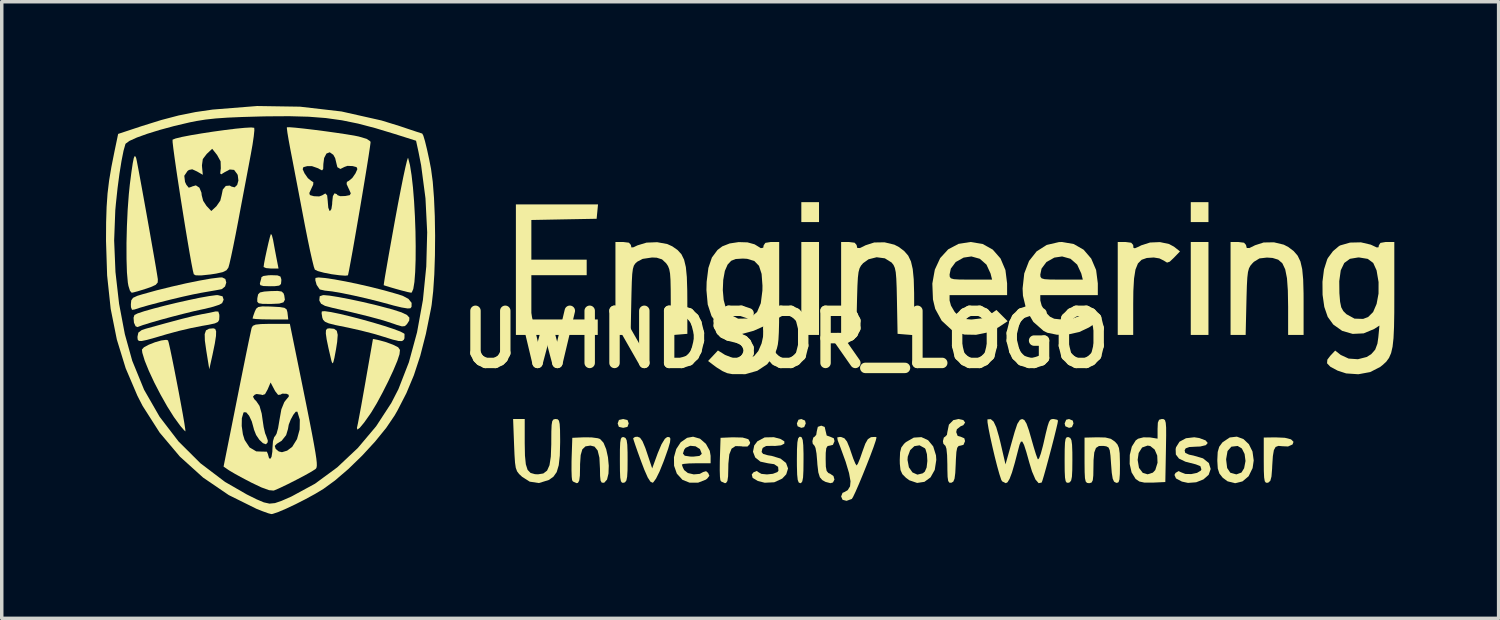
<source format=kicad_pcb>
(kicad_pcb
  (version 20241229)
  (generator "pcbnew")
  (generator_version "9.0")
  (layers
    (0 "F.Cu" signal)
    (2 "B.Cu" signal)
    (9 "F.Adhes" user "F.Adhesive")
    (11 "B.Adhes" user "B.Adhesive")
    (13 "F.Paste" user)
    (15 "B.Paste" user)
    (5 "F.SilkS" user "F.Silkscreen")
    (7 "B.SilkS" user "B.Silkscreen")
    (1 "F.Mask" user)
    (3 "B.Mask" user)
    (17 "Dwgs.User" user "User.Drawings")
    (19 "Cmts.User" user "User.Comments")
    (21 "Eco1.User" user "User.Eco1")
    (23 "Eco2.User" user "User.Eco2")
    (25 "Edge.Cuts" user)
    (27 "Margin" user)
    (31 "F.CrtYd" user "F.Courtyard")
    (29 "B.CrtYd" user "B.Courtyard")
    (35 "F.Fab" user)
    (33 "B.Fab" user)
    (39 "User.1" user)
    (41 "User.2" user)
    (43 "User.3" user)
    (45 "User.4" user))
  (footprint "UWINDSOR_LOGO"
    (layer "F.Cu")
    (at 19.558 6.713)
    (property "Reference" "UWINDSOR_LOGO" (at 0 0 0) (layer "F.SilkS") (effects (font (size 1.5 1.5) (thickness 0.3))))
    (attr board_only exclude_from_pos_files exclude_from_bom)
    (fp_poly (pts (xy -4.554 2.322) (xy -4.52 2.419) (xy -4.557 2.519) (xy -4.679 2.546) (xy -4.804 2.517) (xy -4.838 2.419) (xy -4.801 2.319) (xy -4.679 2.292)) (stroke (width 0) (type solid)) (fill yes) (layer "F.SilkS"))
    (fp_poly (pts (xy 0.552 2.337) (xy 0.573 2.419) (xy 0.528 2.525) (xy 0.446 2.546) (xy 0.339 2.501) (xy 0.318 2.419) (xy 0.363 2.313) (xy 0.446 2.292)) (stroke (width 0) (type solid)) (fill yes) (layer "F.SilkS"))
    (fp_poly (pts (xy 0.955 -3.66) (xy 0.955 -3.374) (xy 0.7 -3.374) (xy 0.446 -3.374) (xy 0.446 -3.66) (xy 0.446 -3.947) (xy 0.7 -3.947) (xy 0.955 -3.947)) (stroke (width 0) (type solid)) (fill yes) (layer "F.SilkS"))
    (fp_poly (pts (xy 0.955 -1.464) (xy 0.955 -0.127) (xy 0.7 -0.127) (xy 0.446 -0.127) (xy 0.446 -1.464) (xy 0.446 -2.801) (xy 0.7 -2.801) (xy 0.955 -2.801)) (stroke (width 0) (type solid)) (fill yes) (layer "F.SilkS"))
    (fp_poly (pts (xy 8.255 2.337) (xy 8.276 2.419) (xy 8.231 2.525) (xy 8.148 2.546) (xy 8.042 2.501) (xy 8.021 2.419) (xy 8.066 2.313) (xy 8.148 2.292)) (stroke (width 0) (type solid)) (fill yes) (layer "F.SilkS"))
    (fp_poly (pts (xy 12.159 -3.66) (xy 12.159 -3.374) (xy 11.904 -3.374) (xy 11.65 -3.374) (xy 11.65 -3.66) (xy 11.65 -3.947) (xy 11.904 -3.947) (xy 12.159 -3.947)) (stroke (width 0) (type solid)) (fill yes) (layer "F.SilkS"))
    (fp_poly (pts (xy 12.159 -1.464) (xy 12.159 -0.127) (xy 11.904 -0.127) (xy 11.65 -0.127) (xy 11.65 -1.464) (xy 11.65 -2.801) (xy 11.904 -2.801) (xy 12.159 -2.801)) (stroke (width 0) (type solid)) (fill yes) (layer "F.SilkS"))
    (fp_poly (pts (xy -16.416 -0.299) (xy -16.39 -0.231) (xy -16.394 -0.097) (xy -16.428 0.122) (xy -16.494 0.442) (xy -16.516 0.541) (xy -16.587 0.859) (xy -16.673 0.327) (xy -16.714 0.037) (xy -16.719 -0.151) (xy -16.682 -0.258) (xy -16.594 -0.306) (xy -16.471 -0.317)) (stroke (width 0) (type solid)) (fill yes) (layer "F.SilkS"))
    (fp_poly (pts (xy -14.624 -1.84) (xy -14.54 -1.807) (xy -14.515 -1.73) (xy -14.514 -1.687) (xy -14.524 -1.593) (xy -14.576 -1.546) (xy -14.701 -1.53) (xy -14.839 -1.528) (xy -15.03 -1.534) (xy -15.119 -1.559) (xy -15.132 -1.611) (xy -15.126 -1.629) (xy -15.092 -1.75) (xy -15.087 -1.788) (xy -15.03 -1.823) (xy -14.886 -1.843) (xy -14.801 -1.846)) (stroke (width 0) (type solid)) (fill yes) (layer "F.SilkS"))
    (fp_poly (pts (xy -12.996 -0.303) (xy -12.919 -0.247) (xy -12.892 -0.129) (xy -12.908 0.075) (xy -12.942 0.292) (xy -12.987 0.533) (xy -13.019 0.661) (xy -13.044 0.691) (xy -13.068 0.635) (xy -13.076 0.605) (xy -13.159 0.248) (xy -13.211 -0.003) (xy -13.234 -0.167) (xy -13.23 -0.262) (xy -13.198 -0.306) (xy -13.139 -0.317) (xy -13.13 -0.317)) (stroke (width 0) (type solid)) (fill yes) (layer "F.SilkS"))
    (fp_poly (pts (xy -14.867 -0.945) (xy -14.785 -0.942) (xy -14.557 -0.929) (xy -14.426 -0.907) (xy -14.364 -0.864) (xy -14.34 -0.786) (xy -14.335 -0.748) (xy -14.315 -0.573) (xy -14.828 -0.573) (xy -15.066 -0.576) (xy -15.245 -0.585) (xy -15.336 -0.597) (xy -15.342 -0.601) (xy -15.322 -0.674) (xy -15.279 -0.795) (xy -15.238 -0.882) (xy -15.177 -0.93) (xy -15.064 -0.948)) (stroke (width 0) (type solid)) (fill yes) (layer "F.SilkS"))
    (fp_poly (pts (xy -14.786 -2.995) (xy -14.753 -2.869) (xy -14.744 -2.819) (xy -14.702 -2.591) (xy -14.655 -2.343) (xy -14.648 -2.308) (xy -14.595 -2.037) (xy -14.809 -2.037) (xy -14.953 -2.05) (xy -15.022 -2.08) (xy -15.024 -2.085) (xy -15.011 -2.181) (xy -14.978 -2.354) (xy -14.933 -2.563) (xy -14.886 -2.771) (xy -14.844 -2.939) (xy -14.816 -3.027) (xy -14.813 -3.032)) (stroke (width 0) (type solid)) (fill yes) (layer "F.SilkS"))
    (fp_poly (pts (xy -14.505 -1.376) (xy -14.451 -1.325) (xy -14.43 -1.265) (xy -14.412 -1.139) (xy -14.453 -1.065) (xy -14.575 -1.029) (xy -14.8 -1.019) (xy -14.841 -1.019) (xy -15.052 -1.021) (xy -15.164 -1.038) (xy -15.206 -1.082) (xy -15.206 -1.168) (xy -15.203 -1.194) (xy -15.182 -1.294) (xy -15.128 -1.349) (xy -15.007 -1.375) (xy -14.825 -1.388) (xy -14.619 -1.393)) (stroke (width 0) (type solid)) (fill yes) (layer "F.SilkS"))
    (fp_poly (pts (xy 0.457 2.821) (xy 0.486 2.897) (xy 0.502 3.047) (xy 0.509 3.293) (xy 0.509 3.469) (xy 0.506 3.775) (xy 0.496 3.973) (xy 0.474 4.086) (xy 0.439 4.133) (xy 0.414 4.138) (xy 0.37 4.117) (xy 0.342 4.042) (xy 0.326 3.892) (xy 0.319 3.646) (xy 0.318 3.469) (xy 0.321 3.164) (xy 0.332 2.966) (xy 0.353 2.853) (xy 0.389 2.806) (xy 0.414 2.801)) (stroke (width 0) (type solid)) (fill yes) (layer "F.SilkS"))
    (fp_poly (pts (xy -4.663 2.813) (xy -4.612 2.838) (xy -4.579 2.903) (xy -4.561 3.033) (xy -4.553 3.25) (xy -4.552 3.469) (xy -4.554 3.763) (xy -4.565 3.952) (xy -4.587 4.06) (xy -4.625 4.111) (xy -4.663 4.126) (xy -4.713 4.124) (xy -4.745 4.081) (xy -4.764 3.977) (xy -4.772 3.789) (xy -4.774 3.497) (xy -4.774 3.469) (xy -4.773 3.168) (xy -4.765 2.973) (xy -4.747 2.863) (xy -4.716 2.817) (xy -4.668 2.812)) (stroke (width 0) (type solid)) (fill yes) (layer "F.SilkS"))
    (fp_poly (pts (xy 8.132 2.813) (xy 8.184 2.838) (xy 8.217 2.903) (xy 8.235 3.033) (xy 8.243 3.25) (xy 8.244 3.469) (xy 8.241 3.763) (xy 8.231 3.952) (xy 8.209 4.06) (xy 8.171 4.111) (xy 8.132 4.126) (xy 8.083 4.124) (xy 8.051 4.081) (xy 8.032 3.977) (xy 8.023 3.789) (xy 8.021 3.497) (xy 8.021 3.469) (xy 8.023 3.168) (xy 8.031 2.973) (xy 8.049 2.863) (xy 8.08 2.817) (xy 8.128 2.812)) (stroke (width 0) (type solid)) (fill yes) (layer "F.SilkS"))
    (fp_poly (pts (xy -5.423 -3.676) (xy -5.443 -3.469) (xy -6.382 -3.452) (xy -7.321 -3.434) (xy -7.321 -2.863) (xy -7.321 -2.292) (xy -6.525 -2.292) (xy -5.729 -2.292) (xy -5.729 -2.069) (xy -5.729 -1.846) (xy -6.525 -1.846) (xy -7.321 -1.846) (xy -7.321 -1.21) (xy -7.321 -0.573) (xy -6.366 -0.573) (xy -5.411 -0.573) (xy -5.411 -0.35) (xy -5.411 -0.127) (xy -6.589 -0.127) (xy -7.766 -0.127) (xy -7.766 -2.005) (xy -7.766 -3.883) (xy -6.585 -3.883) (xy -5.403 -3.883)) (stroke (width 0) (type solid)) (fill yes) (layer "F.SilkS"))
    (fp_poly (pts (xy -1.244 2.825) (xy -1.078 2.873) (xy -1.027 2.966) (xy -1.039 3.016) (xy -1.103 3.083) (xy -1.24 3.084) (xy -1.28 3.076) (xy -1.448 3.071) (xy -1.561 3.145) (xy -1.626 3.31) (xy -1.653 3.581) (xy -1.655 3.704) (xy -1.661 3.942) (xy -1.681 4.076) (xy -1.722 4.132) (xy -1.753 4.138) (xy -1.858 4.09) (xy -1.883 4.053) (xy -1.895 3.954) (xy -1.901 3.763) (xy -1.899 3.513) (xy -1.896 3.401) (xy -1.878 2.833) (xy -1.528 2.818)) (stroke (width 0) (type solid)) (fill yes) (layer "F.SilkS"))
    (fp_poly (pts (xy 14.357 2.832) (xy 14.534 2.877) (xy 14.606 2.948) (xy 14.578 3.024) (xy 14.449 3.082) (xy 14.291 3.075) (xy 14.171 3.065) (xy 14.091 3.096) (xy 14.041 3.187) (xy 14.012 3.359) (xy 13.994 3.633) (xy 13.99 3.723) (xy 13.972 3.946) (xy 13.939 4.069) (xy 13.881 4.121) (xy 13.862 4.126) (xy 13.812 4.124) (xy 13.779 4.081) (xy 13.761 3.974) (xy 13.752 3.784) (xy 13.75 3.488) (xy 13.75 3.486) (xy 13.75 2.825) (xy 14.085 2.82)) (stroke (width 0) (type solid)) (fill yes) (layer "F.SilkS"))
    (fp_poly (pts (xy -11.704 0.024) (xy -11.524 0.073) (xy -11.32 0.147) (xy -11.301 0.154) (xy -11.154 0.227) (xy -11.101 0.304) (xy -11.114 0.425) (xy -11.114 0.427) (xy -11.177 0.619) (xy -11.29 0.888) (xy -11.436 1.202) (xy -11.601 1.529) (xy -11.767 1.837) (xy -11.921 2.093) (xy -11.96 2.152) (xy -12.134 2.397) (xy -12.258 2.546) (xy -12.328 2.596) (xy -12.339 2.542) (xy -12.33 2.507) (xy -12.309 2.408) (xy -12.271 2.206) (xy -12.218 1.923) (xy -12.157 1.579) (xy -12.089 1.197) (xy -12.088 1.188) (xy -11.878 -0.011)) (stroke (width 0) (type solid)) (fill yes) (layer "F.SilkS"))
    (fp_poly (pts (xy -13.127 -1.258) (xy -12.867 -1.216) (xy -12.54 -1.154) (xy -12.177 -1.076) (xy -11.807 -0.989) (xy -11.681 -0.957) (xy -11.313 -0.859) (xy -11.057 -0.776) (xy -10.9 -0.701) (xy -10.83 -0.625) (xy -10.835 -0.54) (xy -10.9 -0.437) (xy -10.902 -0.435) (xy -10.961 -0.381) (xy -11.043 -0.373) (xy -11.184 -0.413) (xy -11.292 -0.451) (xy -11.581 -0.545) (xy -11.995 -0.658) (xy -12.533 -0.79) (xy -13.05 -0.908) (xy -13.259 -0.964) (xy -13.371 -1.025) (xy -13.417 -1.108) (xy -13.421 -1.13) (xy -13.41 -1.24) (xy -13.312 -1.273) (xy -13.293 -1.273)) (stroke (width 0) (type solid)) (fill yes) (layer "F.SilkS"))
    (fp_poly (pts (xy -13.087 -0.785) (xy -12.834 -0.733) (xy -12.53 -0.66) (xy -12.201 -0.574) (xy -11.868 -0.481) (xy -11.556 -0.387) (xy -11.288 -0.299) (xy -11.089 -0.224) (xy -10.981 -0.167) (xy -10.97 -0.153) (xy -10.972 -0.03) (xy -10.992 0.014) (xy -11.041 0.049) (xy -11.14 0.048) (xy -11.311 0.007) (xy -11.554 -0.069) (xy -11.861 -0.161) (xy -12.228 -0.255) (xy -12.587 -0.336) (xy -12.681 -0.355) (xy -12.967 -0.413) (xy -13.151 -0.46) (xy -13.259 -0.507) (xy -13.314 -0.565) (xy -13.336 -0.626) (xy -13.356 -0.752) (xy -13.349 -0.804) (xy -13.267 -0.811)) (stroke (width 0) (type solid)) (fill yes) (layer "F.SilkS"))
    (fp_poly (pts (xy -17.775 0.028) (xy -17.754 0.097) (xy -17.715 0.267) (xy -17.663 0.516) (xy -17.601 0.822) (xy -17.535 1.161) (xy -17.467 1.512) (xy -17.404 1.851) (xy -17.348 2.157) (xy -17.305 2.407) (xy -17.279 2.579) (xy -17.273 2.649) (xy -17.273 2.649) (xy -17.315 2.611) (xy -17.406 2.506) (xy -17.427 2.48) (xy -17.605 2.235) (xy -17.797 1.93) (xy -17.989 1.59) (xy -18.17 1.241) (xy -18.325 0.908) (xy -18.444 0.615) (xy -18.513 0.388) (xy -18.525 0.294) (xy -18.469 0.23) (xy -18.33 0.155) (xy -18.15 0.084) (xy -17.968 0.032) (xy -17.827 0.014)) (stroke (width 0) (type solid)) (fill yes) (layer "F.SilkS"))
    (fp_poly (pts (xy -16.205 -1.238) (xy -16.174 -1.14) (xy -16.218 -1.042) (xy -16.299 -0.996) (xy -16.472 -0.939) (xy -16.705 -0.88) (xy -16.786 -0.863) (xy -17.042 -0.807) (xy -17.346 -0.732) (xy -17.671 -0.648) (xy -17.989 -0.562) (xy -18.273 -0.48) (xy -18.496 -0.411) (xy -18.63 -0.362) (xy -18.648 -0.353) (xy -18.707 -0.376) (xy -18.754 -0.479) (xy -18.766 -0.622) (xy -18.74 -0.701) (xy -18.647 -0.747) (xy -18.454 -0.811) (xy -18.185 -0.887) (xy -17.867 -0.97) (xy -17.523 -1.053) (xy -17.179 -1.13) (xy -16.86 -1.197) (xy -16.59 -1.245) (xy -16.395 -1.271) (xy -16.344 -1.273)) (stroke (width 0) (type solid)) (fill yes) (layer "F.SilkS"))
    (fp_poly (pts (xy -13.256 -1.765) (xy -12.988 -1.725) (xy -12.662 -1.665) (xy -12.299 -1.589) (xy -11.921 -1.502) (xy -11.55 -1.408) (xy -11.208 -1.311) (xy -11.029 -1.255) (xy -10.859 -1.166) (xy -10.766 -1.05) (xy -10.768 -0.935) (xy -10.8 -0.894) (xy -10.882 -0.889) (xy -11.053 -0.917) (xy -11.282 -0.972) (xy -11.363 -0.995) (xy -11.707 -1.088) (xy -12.077 -1.18) (xy -12.444 -1.263) (xy -12.779 -1.332) (xy -13.052 -1.379) (xy -13.237 -1.4) (xy -13.256 -1.401) (xy -13.409 -1.436) (xy -13.498 -1.565) (xy -13.499 -1.568) (xy -13.536 -1.7) (xy -13.532 -1.767) (xy -13.445 -1.781)) (stroke (width 0) (type solid)) (fill yes) (layer "F.SilkS"))
    (fp_poly (pts (xy -4.195 2.83) (xy -4.124 2.93) (xy -4.043 3.122) (xy -3.997 3.257) (xy -3.845 3.713) (xy -3.684 3.273) (xy -3.577 3.02) (xy -3.48 2.861) (xy -3.416 2.812) (xy -3.35 2.812) (xy -3.321 2.857) (xy -3.332 2.962) (xy -3.385 3.146) (xy -3.484 3.425) (xy -3.524 3.533) (xy -3.634 3.805) (xy -3.734 4.006) (xy -3.812 4.113) (xy -3.833 4.125) (xy -3.895 4.095) (xy -3.972 3.976) (xy -4.07 3.754) (xy -4.161 3.515) (xy -4.257 3.252) (xy -4.333 3.034) (xy -4.381 2.889) (xy -4.392 2.844) (xy -4.339 2.808) (xy -4.27 2.801)) (stroke (width 0) (type solid)) (fill yes) (layer "F.SilkS"))
    (fp_poly (pts (xy -16.327 -0.8) (xy -16.298 -0.708) (xy -16.297 -0.653) (xy -16.303 -0.561) (xy -16.338 -0.501) (xy -16.427 -0.459) (xy -16.598 -0.421) (xy -16.79 -0.388) (xy -17.101 -0.327) (xy -17.46 -0.243) (xy -17.794 -0.153) (xy -17.825 -0.144) (xy -18.156 -0.046) (xy -18.385 0.017) (xy -18.529 0.047) (xy -18.609 0.046) (xy -18.644 0.015) (xy -18.652 -0.045) (xy -18.652 -0.08) (xy -18.628 -0.194) (xy -18.532 -0.266) (xy -18.413 -0.306) (xy -17.842 -0.464) (xy -17.379 -0.588) (xy -17.028 -0.675) (xy -16.793 -0.725) (xy -16.774 -0.728) (xy -16.582 -0.764) (xy -16.429 -0.798) (xy -16.408 -0.803)) (stroke (width 0) (type solid)) (fill yes) (layer "F.SilkS"))
    (fp_poly (pts (xy -16.125 -1.737) (xy -16.098 -1.635) (xy -16.133 -1.521) (xy -16.226 -1.446) (xy -16.249 -1.44) (xy -16.383 -1.415) (xy -16.596 -1.378) (xy -16.838 -1.336) (xy -17.069 -1.29) (xy -17.366 -1.224) (xy -17.697 -1.145) (xy -18.031 -1.061) (xy -18.335 -0.981) (xy -18.578 -0.911) (xy -18.73 -0.861) (xy -18.732 -0.86) (xy -18.81 -0.849) (xy -18.84 -0.925) (xy -18.843 -1.007) (xy -18.832 -1.122) (xy -18.78 -1.195) (xy -18.657 -1.252) (xy -18.506 -1.298) (xy -18.106 -1.409) (xy -17.682 -1.514) (xy -17.263 -1.61) (xy -16.875 -1.689) (xy -16.544 -1.748) (xy -16.296 -1.779) (xy -16.217 -1.782)) (stroke (width 0) (type solid)) (fill yes) (layer "F.SilkS"))
    (fp_poly (pts (xy 9.936 -2.78) (xy 9.994 -2.714) (xy 9.994 -2.706) (xy 10.001 -2.632) (xy 10.043 -2.62) (xy 10.153 -2.667) (xy 10.226 -2.705) (xy 10.479 -2.786) (xy 10.763 -2.798) (xy 11.024 -2.743) (xy 11.168 -2.666) (xy 11.34 -2.53) (xy 11.165 -2.348) (xy 11.046 -2.235) (xy 10.968 -2.208) (xy 10.892 -2.254) (xy 10.885 -2.26) (xy 10.747 -2.329) (xy 10.584 -2.355) (xy 10.385 -2.341) (xy 10.236 -2.289) (xy 10.13 -2.183) (xy 10.059 -2.007) (xy 10.018 -1.748) (xy 9.998 -1.389) (xy 9.994 -1.022) (xy 9.994 -0.127) (xy 9.772 -0.127) (xy 9.549 -0.127) (xy 9.549 -1.464) (xy 9.549 -2.801) (xy 9.772 -2.801)) (stroke (width 0) (type solid)) (fill yes) (layer "F.SilkS"))
    (fp_poly (pts (xy -10.867 -5.22) (xy -10.813 -5.012) (xy -10.767 -4.721) (xy -10.727 -4.367) (xy -10.695 -3.968) (xy -10.671 -3.543) (xy -10.655 -3.108) (xy -10.649 -2.684) (xy -10.651 -2.288) (xy -10.663 -1.938) (xy -10.685 -1.652) (xy -10.718 -1.45) (xy -10.761 -1.35) (xy -10.781 -1.342) (xy -10.879 -1.361) (xy -11.055 -1.406) (xy -11.204 -1.447) (xy -11.396 -1.503) (xy -11.529 -1.544) (xy -11.569 -1.558) (xy -11.561 -1.62) (xy -11.534 -1.793) (xy -11.488 -2.059) (xy -11.428 -2.405) (xy -11.355 -2.814) (xy -11.273 -3.271) (xy -11.242 -3.442) (xy -11.156 -3.906) (xy -11.075 -4.323) (xy -11.004 -4.677) (xy -10.944 -4.954) (xy -10.899 -5.14) (xy -10.872 -5.22)) (stroke (width 0) (type solid)) (fill yes) (layer "F.SilkS"))
    (fp_poly (pts (xy -18.707 -5.256) (xy -18.69 -5.213) (xy -18.672 -5.131) (xy -18.636 -4.943) (xy -18.585 -4.67) (xy -18.523 -4.333) (xy -18.454 -3.951) (xy -18.381 -3.545) (xy -18.308 -3.135) (xy -18.239 -2.741) (xy -18.176 -2.383) (xy -18.124 -2.082) (xy -18.087 -1.857) (xy -18.067 -1.73) (xy -18.067 -1.726) (xy -18.071 -1.635) (xy -18.129 -1.568) (xy -18.267 -1.505) (xy -18.397 -1.46) (xy -18.6 -1.397) (xy -18.757 -1.353) (xy -18.819 -1.341) (xy -18.868 -1.395) (xy -18.913 -1.538) (xy -18.93 -1.632) (xy -18.956 -1.927) (xy -18.968 -2.316) (xy -18.969 -2.768) (xy -18.957 -3.249) (xy -18.935 -3.728) (xy -18.902 -4.173) (xy -18.873 -4.455) (xy -18.826 -4.818) (xy -18.789 -5.067) (xy -18.759 -5.215) (xy -18.733 -5.273)) (stroke (width 0) (type solid)) (fill yes) (layer "F.SilkS"))
    (fp_poly (pts (xy -5.586 2.821) (xy -5.408 2.845) (xy -5.344 2.867) (xy -5.245 2.975) (xy -5.168 3.161) (xy -5.117 3.392) (xy -5.094 3.636) (xy -5.102 3.861) (xy -5.144 4.034) (xy -5.222 4.122) (xy -5.236 4.126) (xy -5.296 4.122) (xy -5.33 4.064) (xy -5.344 3.927) (xy -5.347 3.725) (xy -5.363 3.405) (xy -5.414 3.197) (xy -5.505 3.085) (xy -5.623 3.056) (xy -5.764 3.079) (xy -5.854 3.164) (xy -5.902 3.329) (xy -5.92 3.595) (xy -5.92 3.673) (xy -5.925 3.92) (xy -5.944 4.064) (xy -5.98 4.128) (xy -6.018 4.138) (xy -6.124 4.09) (xy -6.148 4.053) (xy -6.16 3.954) (xy -6.166 3.763) (xy -6.165 3.513) (xy -6.162 3.401) (xy -6.143 2.833) (xy -5.803 2.818)) (stroke (width 0) (type solid)) (fill yes) (layer "F.SilkS"))
    (fp_poly (pts (xy 4.093 2.902) (xy 4.24 3.08) (xy 4.32 3.337) (xy 4.329 3.469) (xy 4.284 3.756) (xy 4.164 3.97) (xy 3.988 4.099) (xy 3.778 4.131) (xy 3.554 4.055) (xy 3.457 3.984) (xy 3.352 3.878) (xy 3.299 3.76) (xy 3.28 3.584) (xy 3.278 3.469) (xy 3.501 3.469) (xy 3.541 3.682) (xy 3.644 3.829) (xy 3.785 3.892) (xy 3.938 3.855) (xy 3.998 3.807) (xy 4.051 3.686) (xy 4.072 3.499) (xy 4.06 3.303) (xy 4.017 3.157) (xy 3.998 3.132) (xy 3.847 3.049) (xy 3.698 3.073) (xy 3.577 3.188) (xy 3.508 3.376) (xy 3.501 3.469) (xy 3.278 3.469) (xy 3.287 3.251) (xy 3.322 3.112) (xy 3.401 3.006) (xy 3.457 2.955) (xy 3.681 2.827) (xy 3.9 2.813)) (stroke (width 0) (type solid)) (fill yes) (layer "F.SilkS"))
    (fp_poly (pts (xy 13.166 2.869) (xy 13.322 3.017) (xy 13.426 3.227) (xy 13.461 3.484) (xy 13.429 3.704) (xy 13.314 3.939) (xy 13.137 4.087) (xy 12.926 4.139) (xy 12.708 4.084) (xy 12.57 3.982) (xy 12.474 3.861) (xy 12.427 3.716) (xy 12.414 3.498) (xy 12.414 3.469) (xy 12.414 3.464) (xy 12.668 3.464) (xy 12.697 3.702) (xy 12.788 3.837) (xy 12.953 3.883) (xy 12.969 3.883) (xy 13.108 3.832) (xy 13.185 3.708) (xy 13.225 3.5) (xy 13.199 3.298) (xy 13.12 3.14) (xy 12.999 3.067) (xy 12.818 3.088) (xy 12.708 3.213) (xy 12.668 3.444) (xy 12.668 3.464) (xy 12.414 3.464) (xy 12.425 3.241) (xy 12.468 3.091) (xy 12.557 2.97) (xy 12.57 2.957) (xy 12.771 2.823) (xy 12.976 2.799)) (stroke (width 0) (type solid)) (fill yes) (layer "F.SilkS"))
    (fp_poly (pts (xy 1.118 2.52) (xy 1.146 2.642) (xy 1.176 2.767) (xy 1.273 2.801) (xy 1.38 2.846) (xy 1.401 2.928) (xy 1.355 3.035) (xy 1.273 3.056) (xy 1.203 3.069) (xy 1.164 3.13) (xy 1.148 3.266) (xy 1.146 3.444) (xy 1.151 3.663) (xy 1.175 3.787) (xy 1.225 3.846) (xy 1.273 3.865) (xy 1.371 3.933) (xy 1.399 4.034) (xy 1.356 4.117) (xy 1.285 4.138) (xy 1.142 4.101) (xy 1.049 4.049) (xy 0.979 3.968) (xy 0.935 3.828) (xy 0.908 3.6) (xy 0.902 3.508) (xy 0.883 3.287) (xy 0.854 3.125) (xy 0.823 3.056) (xy 0.82 3.056) (xy 0.774 3.002) (xy 0.764 2.928) (xy 0.791 2.825) (xy 0.828 2.801) (xy 0.875 2.747) (xy 0.891 2.642) (xy 0.921 2.517) (xy 1.019 2.483)) (stroke (width 0) (type solid)) (fill yes) (layer "F.SilkS"))
    (fp_poly (pts (xy 1.595 2.811) (xy 1.686 2.847) (xy 1.76 2.941) (xy 1.835 3.122) (xy 1.871 3.231) (xy 1.941 3.433) (xy 2.001 3.576) (xy 2.037 3.629) (xy 2.075 3.573) (xy 2.135 3.427) (xy 2.203 3.231) (xy 2.286 3.002) (xy 2.36 2.873) (xy 2.444 2.818) (xy 2.47 2.812) (xy 2.58 2.807) (xy 2.61 2.82) (xy 2.587 2.913) (xy 2.526 3.094) (xy 2.436 3.335) (xy 2.328 3.611) (xy 2.214 3.895) (xy 2.103 4.162) (xy 2.006 4.384) (xy 1.933 4.537) (xy 1.898 4.592) (xy 1.747 4.646) (xy 1.633 4.616) (xy 1.591 4.52) (xy 1.632 4.416) (xy 1.689 4.392) (xy 1.78 4.339) (xy 1.848 4.229) (xy 1.861 4.082) (xy 1.819 3.848) (xy 1.72 3.518) (xy 1.563 3.087) (xy 1.493 2.907) (xy 1.479 2.822) (xy 1.555 2.807)) (stroke (width 0) (type solid)) (fill yes) (layer "F.SilkS"))
    (fp_poly (pts (xy 5.108 2.323) (xy 5.158 2.394) (xy 5.106 2.47) (xy 5.029 2.501) (xy 4.921 2.586) (xy 4.902 2.668) (xy 4.944 2.778) (xy 5.029 2.801) (xy 5.135 2.846) (xy 5.156 2.928) (xy 5.111 3.035) (xy 5.032 3.056) (xy 4.97 3.068) (xy 4.93 3.121) (xy 4.907 3.24) (xy 4.893 3.45) (xy 4.888 3.58) (xy 4.875 3.845) (xy 4.854 4.007) (xy 4.819 4.092) (xy 4.764 4.125) (xy 4.759 4.126) (xy 4.704 4.123) (xy 4.671 4.074) (xy 4.654 3.956) (xy 4.648 3.745) (xy 4.647 3.601) (xy 4.64 3.336) (xy 4.621 3.148) (xy 4.592 3.06) (xy 4.583 3.056) (xy 4.532 3.002) (xy 4.52 2.928) (xy 4.546 2.825) (xy 4.583 2.801) (xy 4.635 2.748) (xy 4.647 2.67) (xy 4.692 2.453) (xy 4.82 2.323) (xy 4.968 2.292)) (stroke (width 0) (type solid)) (fill yes) (layer "F.SilkS"))
    (fp_poly (pts (xy 11.894 2.839) (xy 12.076 2.907) (xy 12.138 2.981) (xy 12.084 3.044) (xy 11.921 3.083) (xy 11.81 3.087) (xy 11.608 3.098) (xy 11.504 3.136) (xy 11.473 3.193) (xy 11.492 3.267) (xy 11.601 3.317) (xy 11.726 3.343) (xy 12.003 3.424) (xy 12.17 3.558) (xy 12.223 3.729) (xy 12.165 3.897) (xy 12.015 4.029) (xy 11.806 4.112) (xy 11.571 4.13) (xy 11.395 4.092) (xy 11.225 4.001) (xy 11.181 3.901) (xy 11.212 3.842) (xy 11.301 3.79) (xy 11.367 3.823) (xy 11.494 3.872) (xy 11.664 3.876) (xy 11.829 3.842) (xy 11.938 3.777) (xy 11.956 3.742) (xy 11.926 3.648) (xy 11.797 3.597) (xy 11.497 3.52) (xy 11.31 3.43) (xy 11.221 3.313) (xy 11.215 3.156) (xy 11.226 3.105) (xy 11.326 2.945) (xy 11.512 2.845) (xy 11.75 2.817)) (stroke (width 0) (type solid)) (fill yes) (layer "F.SilkS"))
    (fp_poly (pts (xy -0.153 2.867) (xy -0.042 2.935) (xy -0.043 3) (xy -0.138 3.049) (xy -0.313 3.067) (xy -0.383 3.064) (xy -0.568 3.068) (xy -0.661 3.12) (xy -0.676 3.149) (xy -0.697 3.241) (xy -0.652 3.297) (xy -0.517 3.335) (xy -0.406 3.353) (xy -0.153 3.43) (xy 0.006 3.556) (xy 0.064 3.714) (xy 0.012 3.883) (xy -0.104 4.006) (xy -0.333 4.112) (xy -0.606 4.125) (xy -0.805 4.075) (xy -0.955 3.985) (xy -0.98 3.888) (xy -0.928 3.824) (xy -0.834 3.786) (xy -0.798 3.816) (xy -0.703 3.87) (xy -0.543 3.886) (xy -0.372 3.868) (xy -0.244 3.819) (xy -0.212 3.781) (xy -0.222 3.668) (xy -0.337 3.591) (xy -0.511 3.566) (xy -0.732 3.518) (xy -0.881 3.398) (xy -0.945 3.233) (xy -0.909 3.053) (xy -0.816 2.931) (xy -0.608 2.821) (xy -0.344 2.815)) (stroke (width 0) (type solid)) (fill yes) (layer "F.SilkS"))
    (fp_poly (pts (xy 9.196 2.824) (xy 9.35 2.862) (xy 9.468 2.943) (xy 9.469 2.944) (xy 9.541 3.025) (xy 9.584 3.126) (xy 9.605 3.279) (xy 9.612 3.516) (xy 9.613 3.613) (xy 9.61 3.874) (xy 9.598 4.031) (xy 9.573 4.109) (xy 9.528 4.129) (xy 9.501 4.126) (xy 9.443 4.094) (xy 9.404 4.006) (xy 9.377 3.839) (xy 9.358 3.596) (xy 9.34 3.344) (xy 9.319 3.191) (xy 9.284 3.112) (xy 9.223 3.079) (xy 9.142 3.066) (xy 9.009 3.068) (xy 8.923 3.124) (xy 8.874 3.254) (xy 8.853 3.477) (xy 8.85 3.676) (xy 8.846 3.916) (xy 8.831 4.054) (xy 8.797 4.119) (xy 8.738 4.137) (xy 8.721 4.138) (xy 8.664 4.129) (xy 8.627 4.089) (xy 8.606 3.993) (xy 8.597 3.82) (xy 8.594 3.546) (xy 8.594 3.483) (xy 8.594 2.827) (xy 8.96 2.818)) (stroke (width 0) (type solid)) (fill yes) (layer "F.SilkS"))
    (fp_poly (pts (xy -7.512 2.987) (xy -7.505 3.345) (xy -7.48 3.595) (xy -7.429 3.755) (xy -7.344 3.843) (xy -7.217 3.879) (xy -7.129 3.883) (xy -6.977 3.859) (xy -6.869 3.777) (xy -6.799 3.621) (xy -6.761 3.373) (xy -6.748 3.019) (xy -6.748 2.946) (xy -6.746 2.652) (xy -6.738 2.462) (xy -6.72 2.354) (xy -6.686 2.305) (xy -6.633 2.292) (xy -6.621 2.292) (xy -6.564 2.3) (xy -6.527 2.34) (xy -6.506 2.435) (xy -6.496 2.607) (xy -6.493 2.878) (xy -6.493 2.957) (xy -6.502 3.342) (xy -6.533 3.622) (xy -6.592 3.819) (xy -6.687 3.953) (xy -6.821 4.047) (xy -7.103 4.134) (xy -7.369 4.094) (xy -7.586 3.956) (xy -7.673 3.875) (xy -7.732 3.797) (xy -7.769 3.697) (xy -7.791 3.547) (xy -7.806 3.321) (xy -7.818 3.033) (xy -7.846 2.292) (xy -7.679 2.292) (xy -7.512 2.292)) (stroke (width 0) (type solid)) (fill yes) (layer "F.SilkS"))
    (fp_poly (pts (xy 10.874 2.297) (xy 10.909 2.327) (xy 10.93 2.401) (xy 10.941 2.538) (xy 10.942 2.758) (xy 10.937 3.08) (xy 10.935 3.199) (xy 10.918 4.105) (xy 10.552 4.122) (xy 10.319 4.122) (xy 10.171 4.09) (xy 10.066 4.018) (xy 10.062 4.014) (xy 9.947 3.827) (xy 9.892 3.584) (xy 9.894 3.469) (xy 10.122 3.469) (xy 10.161 3.698) (xy 10.269 3.841) (xy 10.408 3.883) (xy 10.559 3.835) (xy 10.629 3.76) (xy 10.694 3.551) (xy 10.685 3.343) (xy 10.611 3.171) (xy 10.485 3.069) (xy 10.408 3.056) (xy 10.25 3.112) (xy 10.151 3.269) (xy 10.122 3.469) (xy 9.894 3.469) (xy 9.896 3.324) (xy 9.954 3.086) (xy 10.066 2.908) (xy 10.133 2.859) (xy 10.289 2.819) (xy 10.478 2.822) (xy 10.481 2.822) (xy 10.695 2.857) (xy 10.695 2.574) (xy 10.703 2.397) (xy 10.738 2.314) (xy 10.816 2.292) (xy 10.824 2.292)) (stroke (width 0) (type solid)) (fill yes) (layer "F.SilkS"))
    (fp_poly (pts (xy -2.47 2.858) (xy -2.299 3.006) (xy -2.188 3.207) (xy -2.164 3.351) (xy -2.164 3.565) (xy -2.578 3.565) (xy -2.789 3.57) (xy -2.938 3.583) (xy -2.992 3.601) (xy -2.965 3.68) (xy -2.926 3.76) (xy -2.818 3.846) (xy -2.648 3.885) (xy -2.476 3.87) (xy -2.378 3.817) (xy -2.294 3.793) (xy -2.235 3.843) (xy -2.199 3.926) (xy -2.262 4.006) (xy -2.303 4.037) (xy -2.523 4.123) (xy -2.77 4.123) (xy -2.973 4.042) (xy -3.136 3.863) (xy -3.215 3.637) (xy -3.218 3.391) (xy -3.189 3.286) (xy -2.96 3.286) (xy -2.908 3.348) (xy -2.751 3.372) (xy -2.663 3.374) (xy -2.485 3.354) (xy -2.419 3.295) (xy -2.419 3.291) (xy -2.471 3.157) (xy -2.597 3.077) (xy -2.75 3.062) (xy -2.883 3.121) (xy -2.924 3.175) (xy -2.96 3.286) (xy -3.189 3.286) (xy -3.152 3.156) (xy -3.023 2.96) (xy -2.84 2.833) (xy -2.668 2.801)) (stroke (width 0) (type solid)) (fill yes) (layer "F.SilkS"))
    (fp_poly (pts (xy 13.183 -2.78) (xy 13.241 -2.714) (xy 13.241 -2.706) (xy 13.261 -2.628) (xy 13.336 -2.627) (xy 13.49 -2.702) (xy 13.496 -2.706) (xy 13.747 -2.787) (xy 14.043 -2.792) (xy 14.326 -2.724) (xy 14.457 -2.656) (xy 14.611 -2.539) (xy 14.725 -2.407) (xy 14.805 -2.241) (xy 14.856 -2.02) (xy 14.884 -1.723) (xy 14.895 -1.33) (xy 14.896 -1.098) (xy 14.896 -0.127) (xy 14.673 -0.127) (xy 14.451 -0.127) (xy 14.451 -0.939) (xy 14.443 -1.405) (xy 14.418 -1.759) (xy 14.367 -2.015) (xy 14.285 -2.188) (xy 14.166 -2.292) (xy 14.003 -2.342) (xy 13.841 -2.353) (xy 13.626 -2.328) (xy 13.467 -2.231) (xy 13.427 -2.191) (xy 13.367 -2.121) (xy 13.325 -2.043) (xy 13.296 -1.936) (xy 13.277 -1.776) (xy 13.264 -1.541) (xy 13.254 -1.208) (xy 13.251 -1.077) (xy 13.229 -0.127) (xy 13.012 -0.127) (xy 12.795 -0.127) (xy 12.795 -1.464) (xy 12.795 -2.801) (xy 13.018 -2.801)) (stroke (width 0) (type solid)) (fill yes) (layer "F.SilkS"))
    (fp_poly (pts (xy -4.515 -2.781) (xy -4.457 -2.716) (xy -4.456 -2.704) (xy -4.443 -2.644) (xy -4.383 -2.649) (xy -4.268 -2.704) (xy -4.007 -2.783) (xy -3.701 -2.795) (xy -3.411 -2.742) (xy -3.266 -2.676) (xy -3.116 -2.571) (xy -3.004 -2.449) (xy -2.927 -2.292) (xy -2.876 -2.079) (xy -2.848 -1.791) (xy -2.836 -1.406) (xy -2.834 -1.146) (xy -2.833 -0.159) (xy -3.072 -0.139) (xy -3.31 -0.12) (xy -3.31 -1.07) (xy -3.312 -1.442) (xy -3.318 -1.71) (xy -3.331 -1.896) (xy -3.355 -2.022) (xy -3.391 -2.112) (xy -3.442 -2.187) (xy -3.442 -2.188) (xy -3.562 -2.301) (xy -3.714 -2.349) (xy -3.849 -2.355) (xy -4.119 -2.315) (xy -4.274 -2.234) (xy -4.331 -2.182) (xy -4.372 -2.12) (xy -4.4 -2.025) (xy -4.419 -1.879) (xy -4.431 -1.658) (xy -4.44 -1.343) (xy -4.445 -1.12) (xy -4.465 -0.127) (xy -4.683 -0.127) (xy -4.902 -0.127) (xy -4.902 -1.464) (xy -4.902 -2.801) (xy -4.679 -2.801)) (stroke (width 0) (type solid)) (fill yes) (layer "F.SilkS"))
    (fp_poly (pts (xy 1.979 -2.78) (xy 2.037 -2.714) (xy 2.037 -2.706) (xy 2.057 -2.628) (xy 2.132 -2.627) (xy 2.286 -2.702) (xy 2.292 -2.706) (xy 2.543 -2.787) (xy 2.839 -2.792) (xy 3.122 -2.724) (xy 3.253 -2.656) (xy 3.407 -2.539) (xy 3.521 -2.408) (xy 3.6 -2.242) (xy 3.651 -2.022) (xy 3.68 -1.726) (xy 3.691 -1.334) (xy 3.692 -1.094) (xy 3.692 -0.12) (xy 3.454 -0.139) (xy 3.215 -0.159) (xy 3.197 -1.112) (xy 3.189 -1.483) (xy 3.178 -1.75) (xy 3.162 -1.933) (xy 3.136 -2.055) (xy 3.099 -2.139) (xy 3.047 -2.205) (xy 3.043 -2.21) (xy 2.849 -2.331) (xy 2.613 -2.362) (xy 2.379 -2.303) (xy 2.223 -2.191) (xy 2.163 -2.121) (xy 2.121 -2.043) (xy 2.092 -1.936) (xy 2.073 -1.776) (xy 2.06 -1.541) (xy 2.05 -1.208) (xy 2.047 -1.077) (xy 2.025 -0.127) (xy 1.808 -0.127) (xy 1.591 -0.127) (xy 1.591 -1.464) (xy 1.591 -2.801) (xy 1.814 -2.801)) (stroke (width 0) (type solid)) (fill yes) (layer "F.SilkS"))
    (fp_poly (pts (xy 5.663 -2.744) (xy 5.954 -2.581) (xy 6.177 -2.326) (xy 6.318 -1.994) (xy 6.366 -1.61) (xy 6.366 -1.273) (xy 5.538 -1.273) (xy 4.711 -1.273) (xy 4.711 -1.119) (xy 4.751 -0.971) (xy 4.85 -0.801) (xy 4.876 -0.769) (xy 4.995 -0.648) (xy 5.122 -0.59) (xy 5.31 -0.573) (xy 5.359 -0.573) (xy 5.652 -0.606) (xy 5.869 -0.709) (xy 6.059 -0.845) (xy 6.221 -0.683) (xy 6.382 -0.522) (xy 6.111 -0.342) (xy 5.811 -0.2) (xy 5.474 -0.131) (xy 5.142 -0.137) (xy 4.855 -0.221) (xy 4.776 -0.267) (xy 4.484 -0.537) (xy 4.298 -0.877) (xy 4.233 -1.147) (xy 4.215 -1.605) (xy 4.261 -1.864) (xy 4.711 -1.864) (xy 4.717 -1.797) (xy 4.75 -1.755) (xy 4.835 -1.731) (xy 4.994 -1.721) (xy 5.253 -1.719) (xy 5.322 -1.719) (xy 5.934 -1.719) (xy 5.89 -1.894) (xy 5.772 -2.15) (xy 5.58 -2.318) (xy 5.339 -2.385) (xy 5.116 -2.352) (xy 4.888 -2.225) (xy 4.747 -2.035) (xy 4.711 -1.864) (xy 4.261 -1.864) (xy 4.287 -2.006) (xy 4.441 -2.338) (xy 4.671 -2.589) (xy 4.968 -2.747) (xy 5.316 -2.801)) (stroke (width 0) (type solid)) (fill yes) (layer "F.SilkS"))
    (fp_poly (pts (xy 8.282 -2.743) (xy 8.567 -2.579) (xy 8.786 -2.324) (xy 8.927 -1.994) (xy 8.976 -1.61) (xy 8.976 -1.273) (xy 8.148 -1.273) (xy 7.321 -1.273) (xy 7.321 -1.119) (xy 7.361 -0.971) (xy 7.46 -0.801) (xy 7.486 -0.769) (xy 7.601 -0.651) (xy 7.721 -0.593) (xy 7.898 -0.574) (xy 7.986 -0.573) (xy 8.248 -0.595) (xy 8.437 -0.668) (xy 8.495 -0.709) (xy 8.669 -0.845) (xy 8.83 -0.684) (xy 8.992 -0.522) (xy 8.721 -0.342) (xy 8.445 -0.212) (xy 8.125 -0.141) (xy 7.804 -0.132) (xy 7.525 -0.189) (xy 7.416 -0.242) (xy 7.12 -0.503) (xy 6.921 -0.843) (xy 6.822 -1.256) (xy 6.812 -1.464) (xy 6.856 -1.864) (xy 7.321 -1.864) (xy 7.327 -1.797) (xy 7.36 -1.755) (xy 7.445 -1.731) (xy 7.604 -1.721) (xy 7.863 -1.719) (xy 7.932 -1.719) (xy 8.544 -1.719) (xy 8.5 -1.894) (xy 8.382 -2.15) (xy 8.19 -2.318) (xy 7.949 -2.385) (xy 7.726 -2.352) (xy 7.498 -2.225) (xy 7.357 -2.035) (xy 7.321 -1.864) (xy 6.856 -1.864) (xy 6.859 -1.894) (xy 6.997 -2.254) (xy 7.215 -2.531) (xy 7.505 -2.716) (xy 7.857 -2.798) (xy 7.945 -2.801)) (stroke (width 0) (type solid)) (fill yes) (layer "F.SilkS"))
    (fp_poly (pts (xy 7.808 2.313) (xy 7.83 2.34) (xy 7.815 2.426) (xy 7.773 2.604) (xy 7.713 2.847) (xy 7.641 3.126) (xy 7.564 3.415) (xy 7.491 3.686) (xy 7.427 3.913) (xy 7.381 4.066) (xy 7.36 4.12) (xy 7.274 4.138) (xy 7.182 4.032) (xy 7.083 3.802) (xy 7.008 3.556) (xy 6.919 3.239) (xy 6.854 3.038) (xy 6.804 2.942) (xy 6.763 2.943) (xy 6.724 3.032) (xy 6.69 3.16) (xy 6.588 3.552) (xy 6.506 3.833) (xy 6.437 4.015) (xy 6.378 4.112) (xy 6.328 4.138) (xy 6.225 4.086) (xy 6.199 4.044) (xy 6.145 3.88) (xy 6.08 3.648) (xy 6.01 3.373) (xy 5.942 3.083) (xy 5.88 2.805) (xy 5.832 2.565) (xy 5.803 2.389) (xy 5.8 2.305) (xy 5.803 2.302) (xy 5.897 2.296) (xy 5.978 2.367) (xy 6.054 2.529) (xy 6.132 2.797) (xy 6.175 2.971) (xy 6.32 3.597) (xy 6.401 3.31) (xy 6.466 3.079) (xy 6.543 2.805) (xy 6.585 2.658) (xy 6.66 2.433) (xy 6.734 2.318) (xy 6.799 2.292) (xy 6.862 2.321) (xy 6.924 2.423) (xy 6.993 2.616) (xy 7.06 2.849) (xy 7.132 3.101) (xy 7.195 3.305) (xy 7.241 3.431) (xy 7.254 3.454) (xy 7.287 3.421) (xy 7.336 3.288) (xy 7.392 3.082) (xy 7.41 3.009) (xy 7.48 2.702) (xy 7.531 2.498) (xy 7.571 2.376) (xy 7.609 2.315) (xy 7.655 2.294) (xy 7.707 2.292)) (stroke (width 0) (type solid)) (fill yes) (layer "F.SilkS"))
    (fp_poly (pts (xy 17.506 -1.303) (xy 17.505 -0.775) (xy 17.498 -0.357) (xy 17.483 -0.034) (xy 17.456 0.211) (xy 17.414 0.394) (xy 17.354 0.533) (xy 17.274 0.643) (xy 17.168 0.74) (xy 17.101 0.793) (xy 16.813 0.941) (xy 16.471 1.004) (xy 16.12 0.98) (xy 15.875 0.9) (xy 15.666 0.788) (xy 15.571 0.689) (xy 15.579 0.585) (xy 15.662 0.475) (xy 15.805 0.323) (xy 15.964 0.448) (xy 16.191 0.553) (xy 16.458 0.572) (xy 16.713 0.507) (xy 16.842 0.426) (xy 16.956 0.296) (xy 17.02 0.124) (xy 17.046 -0.059) (xy 17.078 -0.396) (xy 16.926 -0.298) (xy 16.624 -0.172) (xy 16.308 -0.157) (xy 16.006 -0.244) (xy 15.749 -0.427) (xy 15.59 -0.647) (xy 15.492 -0.932) (xy 15.442 -1.283) (xy 15.439 -1.658) (xy 15.441 -1.674) (xy 15.922 -1.674) (xy 15.926 -1.328) (xy 15.946 -1.081) (xy 15.979 -0.922) (xy 16.038 -0.814) (xy 16.128 -0.724) (xy 16.361 -0.596) (xy 16.608 -0.588) (xy 16.752 -0.642) (xy 16.896 -0.785) (xy 16.997 -1.02) (xy 17.052 -1.317) (xy 17.053 -1.647) (xy 16.997 -1.978) (xy 16.994 -1.989) (xy 16.899 -2.198) (xy 16.742 -2.315) (xy 16.499 -2.355) (xy 16.46 -2.355) (xy 16.23 -2.317) (xy 16.066 -2.197) (xy 15.965 -1.986) (xy 15.922 -1.674) (xy 15.441 -1.674) (xy 15.483 -2.011) (xy 15.574 -2.298) (xy 15.595 -2.34) (xy 15.742 -2.538) (xy 15.915 -2.684) (xy 15.951 -2.703) (xy 16.233 -2.784) (xy 16.546 -2.791) (xy 16.827 -2.725) (xy 16.873 -2.704) (xy 17.001 -2.644) (xy 17.052 -2.649) (xy 17.061 -2.704) (xy 17.107 -2.775) (xy 17.256 -2.801) (xy 17.283 -2.801) (xy 17.506 -2.801)) (stroke (width 0) (type solid)) (fill yes) (layer "F.SilkS"))
    (fp_poly (pts (xy -0.191 -1.319) (xy -0.192 -0.844) (xy -0.194 -0.478) (xy -0.201 -0.202) (xy -0.212 0.001) (xy -0.23 0.15) (xy -0.257 0.264) (xy -0.292 0.36) (xy -0.334 0.448) (xy -0.537 0.717) (xy -0.822 0.905) (xy -1.165 1.002) (xy -1.544 1) (xy -1.687 0.973) (xy -1.819 0.915) (xy -1.986 0.811) (xy -2.026 0.782) (xy -2.237 0.623) (xy -2.095 0.472) (xy -1.953 0.32) (xy -1.749 0.447) (xy -1.509 0.542) (xy -1.242 0.568) (xy -1.001 0.524) (xy -0.908 0.476) (xy -0.792 0.336) (xy -0.697 0.117) (xy -0.643 -0.131) (xy -0.637 -0.235) (xy -0.637 -0.375) (xy -0.927 -0.246) (xy -1.268 -0.153) (xy -1.583 -0.183) (xy -1.866 -0.334) (xy -1.95 -0.41) (xy -2.137 -0.669) (xy -2.247 -1.003) (xy -2.284 -1.415) (xy -1.813 -1.415) (xy -1.788 -1.132) (xy -1.73 -0.915) (xy -1.582 -0.703) (xy -1.372 -0.595) (xy -1.122 -0.6) (xy -0.994 -0.645) (xy -0.826 -0.789) (xy -0.72 -1.04) (xy -0.674 -1.402) (xy -0.672 -1.544) (xy -0.697 -1.883) (xy -0.772 -2.115) (xy -0.908 -2.255) (xy -1.115 -2.317) (xy -1.241 -2.324) (xy -1.444 -2.311) (xy -1.571 -2.261) (xy -1.674 -2.151) (xy -1.675 -2.15) (xy -1.754 -1.969) (xy -1.801 -1.709) (xy -1.813 -1.415) (xy -2.284 -1.415) (xy -2.284 -1.424) (xy -2.278 -1.655) (xy -2.228 -2.055) (xy -2.127 -2.354) (xy -1.966 -2.571) (xy -1.827 -2.676) (xy -1.615 -2.759) (xy -1.357 -2.798) (xy -1.102 -2.79) (xy -0.899 -2.734) (xy -0.856 -2.708) (xy -0.718 -2.623) (xy -0.65 -2.637) (xy -0.637 -2.706) (xy -0.588 -2.776) (xy -0.434 -2.801) (xy -0.414 -2.801) (xy -0.191 -2.801)) (stroke (width 0) (type solid)) (fill yes) (layer "F.SilkS"))
    (fp_poly (pts (xy -15.295 -6.086) (xy -15.294 -6.085) (xy -15.29 -6.011) (xy -15.308 -5.838) (xy -15.344 -5.594) (xy -15.391 -5.331) (xy -15.448 -5.027) (xy -15.522 -4.635) (xy -15.606 -4.192) (xy -15.692 -3.738) (xy -15.754 -3.406) (xy -15.828 -3.021) (xy -15.898 -2.672) (xy -15.959 -2.382) (xy -16.007 -2.172) (xy -16.037 -2.065) (xy -16.038 -2.063) (xy -16.093 -1.987) (xy -16.2 -1.934) (xy -16.389 -1.892) (xy -16.552 -1.867) (xy -16.821 -1.839) (xy -16.978 -1.842) (xy -17.033 -1.873) (xy -17.06 -1.983) (xy -17.101 -2.193) (xy -17.153 -2.484) (xy -17.213 -2.837) (xy -17.279 -3.234) (xy -17.347 -3.657) (xy -17.415 -4.085) (xy -17.479 -4.502) (xy -17.51 -4.706) (xy -17.306 -4.706) (xy -17.285 -4.53) (xy -17.247 -4.448) (xy -17.178 -4.363) (xy -17.098 -4.388) (xy -17.088 -4.396) (xy -16.973 -4.43) (xy -16.871 -4.363) (xy -16.812 -4.219) (xy -16.806 -4.15) (xy -16.763 -3.986) (xy -16.667 -3.839) (xy -16.529 -3.692) (xy -16.381 -3.83) (xy -16.27 -3.991) (xy -16.233 -4.141) (xy -16.198 -4.311) (xy -16.111 -4.414) (xy -15.998 -4.424) (xy -15.951 -4.396) (xy -15.858 -4.373) (xy -15.785 -4.442) (xy -15.749 -4.568) (xy -15.767 -4.718) (xy -15.78 -4.751) (xy -15.873 -4.875) (xy -15.998 -4.887) (xy -16.151 -4.805) (xy -16.243 -4.748) (xy -16.273 -4.773) (xy -16.258 -4.9) (xy -16.255 -4.917) (xy -16.261 -5.121) (xy -16.362 -5.304) (xy -16.503 -5.482) (xy -16.66 -5.335) (xy -16.773 -5.187) (xy -16.798 -5.008) (xy -16.795 -4.961) (xy -16.773 -4.734) (xy -16.942 -4.831) (xy -17.077 -4.892) (xy -17.171 -4.874) (xy -17.213 -4.844) (xy -17.306 -4.706) (xy -17.51 -4.706) (xy -17.537 -4.887) (xy -17.585 -5.223) (xy -17.621 -5.49) (xy -17.642 -5.67) (xy -17.644 -5.744) (xy -17.644 -5.744) (xy -17.557 -5.779) (xy -17.371 -5.824) (xy -17.111 -5.874) (xy -16.802 -5.926) (xy -16.468 -5.977) (xy -16.134 -6.023) (xy -15.825 -6.061) (xy -15.566 -6.086) (xy -15.381 -6.096)) (stroke (width 0) (type solid)) (fill yes) (layer "F.SilkS"))
    (fp_poly (pts (xy -14.114 -6.09) (xy -13.869 -6.064) (xy -13.575 -6.029) (xy -13.257 -5.988) (xy -12.942 -5.944) (xy -12.653 -5.901) (xy -12.417 -5.862) (xy -12.286 -5.835) (xy -12.06 -5.768) (xy -11.955 -5.698) (xy -11.947 -5.663) (xy -11.968 -5.509) (xy -12.005 -5.263) (xy -12.056 -4.944) (xy -12.117 -4.571) (xy -12.185 -4.162) (xy -12.257 -3.735) (xy -12.33 -3.311) (xy -12.4 -2.907) (xy -12.464 -2.542) (xy -12.52 -2.235) (xy -12.563 -2.004) (xy -12.591 -1.869) (xy -12.599 -1.841) (xy -12.676 -1.832) (xy -12.843 -1.844) (xy -13.062 -1.873) (xy -13.064 -1.873) (xy -13.289 -1.917) (xy -13.464 -1.964) (xy -13.549 -2.005) (xy -13.578 -2.084) (xy -13.624 -2.269) (xy -13.686 -2.542) (xy -13.757 -2.883) (xy -13.835 -3.275) (xy -13.872 -3.469) (xy -13.958 -3.921) (xy -14.044 -4.372) (xy -14.125 -4.794) (xy -14.144 -4.895) (xy -13.9 -4.895) (xy -13.846 -4.775) (xy -13.75 -4.637) (xy -13.655 -4.56) (xy -13.593 -4.521) (xy -13.598 -4.449) (xy -13.651 -4.337) (xy -13.709 -4.209) (xy -13.692 -4.151) (xy -13.584 -4.12) (xy -13.573 -4.118) (xy -13.425 -4.112) (xy -13.34 -4.143) (xy -13.248 -4.198) (xy -13.196 -4.142) (xy -13.178 -3.968) (xy -13.177 -3.947) (xy -13.163 -3.787) (xy -13.128 -3.699) (xy -13.114 -3.692) (xy -13.074 -3.749) (xy -13.052 -3.89) (xy -13.05 -3.947) (xy -13.031 -4.121) (xy -12.983 -4.202) (xy -12.916 -4.175) (xy -12.898 -4.148) (xy -12.818 -4.119) (xy -12.673 -4.124) (xy -12.673 -4.124) (xy -12.545 -4.149) (xy -12.516 -4.201) (xy -12.567 -4.319) (xy -12.577 -4.337) (xy -12.636 -4.467) (xy -12.628 -4.53) (xy -12.573 -4.56) (xy -12.473 -4.642) (xy -12.381 -4.775) (xy -12.326 -4.899) (xy -12.35 -4.955) (xy -12.463 -4.985) (xy -12.611 -4.991) (xy -12.697 -4.961) (xy -12.815 -4.902) (xy -12.902 -4.953) (xy -12.925 -5.045) (xy -12.965 -5.212) (xy -13.018 -5.309) (xy -13.121 -5.382) (xy -13.216 -5.345) (xy -13.283 -5.217) (xy -13.305 -5.046) (xy -13.31 -4.901) (xy -13.343 -4.861) (xy -13.428 -4.904) (xy -13.452 -4.92) (xy -13.635 -4.984) (xy -13.768 -4.984) (xy -13.881 -4.953) (xy -13.9 -4.895) (xy -14.144 -4.895) (xy -14.194 -5.155) (xy -14.247 -5.428) (xy -14.256 -5.475) (xy -14.304 -5.735) (xy -14.339 -5.944) (xy -14.355 -6.073) (xy -14.354 -6.101) (xy -14.284 -6.103)) (stroke (width 0) (type solid)) (fill yes) (layer "F.SilkS"))
    (fp_poly (pts (xy -14.201 -0.111) (xy -14.042 0.668) (xy -13.907 1.332) (xy -13.794 1.89) (xy -13.702 2.352) (xy -13.629 2.727) (xy -13.574 3.024) (xy -13.534 3.254) (xy -13.508 3.425) (xy -13.495 3.547) (xy -13.493 3.63) (xy -13.5 3.682) (xy -13.514 3.714) (xy -13.535 3.734) (xy -13.539 3.737) (xy -13.656 3.811) (xy -13.851 3.92) (xy -14.089 4.045) (xy -14.334 4.169) (xy -14.551 4.273) (xy -14.705 4.34) (xy -14.737 4.351) (xy -14.868 4.339) (xy -15.089 4.259) (xy -15.382 4.119) (xy -15.63 3.989) (xy -15.849 3.869) (xy -16.002 3.779) (xy -16.038 3.756) (xy -16.176 3.66) (xy -15.942 2.492) (xy -15.654 2.492) (xy -15.62 2.732) (xy -15.57 2.893) (xy -15.428 3.109) (xy -15.235 3.223) (xy -15.048 3.23) (xy -14.931 3.231) (xy -14.896 3.31) (xy -14.896 3.319) (xy -14.868 3.418) (xy -14.833 3.438) (xy -14.796 3.38) (xy -14.773 3.234) (xy -14.769 3.125) (xy -14.765 3.066) (xy -14.703 3.066) (xy -14.676 3.153) (xy -14.588 3.225) (xy -14.496 3.247) (xy -14.347 3.202) (xy -14.202 3.094) (xy -14.202 3.094) (xy -14.063 2.87) (xy -13.987 2.593) (xy -13.982 2.311) (xy -14.053 2.08) (xy -14.1 2.083) (xy -14.169 2.17) (xy -14.243 2.306) (xy -14.301 2.455) (xy -14.323 2.58) (xy -14.376 2.756) (xy -14.506 2.919) (xy -14.645 3.004) (xy -14.703 3.066) (xy -14.765 3.066) (xy -14.755 2.93) (xy -14.718 2.809) (xy -14.695 2.787) (xy -14.652 2.716) (xy -14.607 2.553) (xy -14.57 2.333) (xy -14.569 2.326) (xy -14.513 2.012) (xy -14.429 1.806) (xy -14.385 1.748) (xy -14.3 1.647) (xy -14.302 1.596) (xy -14.362 1.566) (xy -14.488 1.562) (xy -14.539 1.59) (xy -14.607 1.598) (xy -14.692 1.49) (xy -14.714 1.449) (xy -14.823 1.241) (xy -14.909 1.443) (xy -14.984 1.577) (xy -15.061 1.603) (xy -15.092 1.59) (xy -15.226 1.572) (xy -15.28 1.593) (xy -15.33 1.648) (xy -15.29 1.723) (xy -15.236 1.776) (xy -15.142 1.914) (xy -15.079 2.135) (xy -15.055 2.304) (xy -15.022 2.526) (xy -14.981 2.702) (xy -14.948 2.782) (xy -14.904 2.908) (xy -14.907 2.963) (xy -14.956 3.019) (xy -15.043 2.987) (xy -15.146 2.89) (xy -15.24 2.751) (xy -15.302 2.594) (xy -15.307 2.57) (xy -15.364 2.362) (xy -15.441 2.198) (xy -15.523 2.101) (xy -15.592 2.097) (xy -15.605 2.113) (xy -15.65 2.268) (xy -15.654 2.492) (xy -15.942 2.492) (xy -15.788 1.719) (xy -15.691 1.234) (xy -15.601 0.787) (xy -15.521 0.392) (xy -15.454 0.067) (xy -15.403 -0.172) (xy -15.373 -0.31) (xy -15.367 -0.334) (xy -15.332 -0.39) (xy -15.252 -0.424) (xy -15.099 -0.44) (xy -14.85 -0.446) (xy -14.801 -0.446) (xy -14.269 -0.446)) (stroke (width 0) (type solid)) (fill yes) (layer "F.SilkS"))
    (fp_poly (pts (xy -13.976 -6.694) (xy -12.783 -6.556) (xy -11.632 -6.297) (xy -11.117 -6.138) (xy -10.853 -6.049) (xy -10.639 -5.978) (xy -10.501 -5.933) (xy -10.461 -5.921) (xy -10.429 -5.861) (xy -10.381 -5.701) (xy -10.323 -5.464) (xy -10.26 -5.174) (xy -10.207 -4.902) (xy -10.158 -4.534) (xy -10.122 -4.071) (xy -10.099 -3.543) (xy -10.09 -2.98) (xy -10.095 -2.412) (xy -10.113 -1.871) (xy -10.145 -1.387) (xy -10.19 -0.989) (xy -10.207 -0.891) (xy -10.355 -0.159) (xy -10.517 0.473) (xy -10.701 1.033) (xy -10.916 1.548) (xy -11.172 2.045) (xy -11.255 2.19) (xy -11.496 2.546) (xy -11.816 2.94) (xy -12.188 3.344) (xy -12.582 3.727) (xy -12.971 4.061) (xy -13.305 4.304) (xy -13.541 4.446) (xy -13.817 4.597) (xy -14.104 4.743) (xy -14.375 4.871) (xy -14.603 4.968) (xy -14.761 5.021) (xy -14.801 5.027) (xy -14.89 5.004) (xy -15.057 4.944) (xy -15.224 4.878) (xy -16.027 4.48) (xy -16.766 3.976) (xy -17.432 3.374) (xy -18.014 2.684) (xy -18.505 1.915) (xy -18.655 1.623) (xy -18.992 0.833) (xy -19.247 0.004) (xy -19.424 -0.88) (xy -19.526 -1.838) (xy -19.558 -2.833) (xy -19.558 -2.845) (xy -19.324 -2.845) (xy -19.286 -1.935) (xy -19.182 -1.025) (xy -19.017 -0.152) (xy -18.804 0.615) (xy -18.462 1.451) (xy -18.015 2.229) (xy -17.471 2.938) (xy -16.84 3.566) (xy -16.133 4.102) (xy -15.508 4.462) (xy -15.224 4.603) (xy -15.018 4.69) (xy -14.855 4.726) (xy -14.697 4.711) (xy -14.51 4.647) (xy -14.256 4.536) (xy -14.213 4.516) (xy -13.545 4.153) (xy -12.905 3.682) (xy -12.313 3.125) (xy -11.787 2.501) (xy -11.35 1.831) (xy -11.146 1.434) (xy -10.844 0.658) (xy -10.609 -0.205) (xy -10.441 -1.131) (xy -10.344 -2.097) (xy -10.318 -3.08) (xy -10.367 -4.057) (xy -10.492 -5.005) (xy -10.567 -5.387) (xy -10.638 -5.714) (xy -11.255 -5.909) (xy -11.81 -6.077) (xy -12.305 -6.207) (xy -12.77 -6.302) (xy -13.235 -6.367) (xy -13.729 -6.405) (xy -14.282 -6.42) (xy -14.925 -6.416) (xy -15.117 -6.412) (xy -15.641 -6.397) (xy -16.062 -6.379) (xy -16.405 -6.355) (xy -16.696 -6.323) (xy -16.959 -6.281) (xy -17.149 -6.243) (xy -17.595 -6.138) (xy -18.009 -6.026) (xy -18.374 -5.913) (xy -18.671 -5.806) (xy -18.883 -5.71) (xy -18.992 -5.631) (xy -19 -5.617) (xy -19.054 -5.426) (xy -19.112 -5.134) (xy -19.171 -4.767) (xy -19.226 -4.35) (xy -19.273 -3.91) (xy -19.291 -3.713) (xy -19.324 -2.845) (xy -19.558 -2.845) (xy -19.555 -3.365) (xy -19.541 -3.807) (xy -19.514 -4.196) (xy -19.469 -4.569) (xy -19.403 -4.962) (xy -19.313 -5.413) (xy -19.311 -5.422) (xy -19.209 -5.91) (xy -18.533 -6.134) (xy -17.969 -6.31) (xy -17.469 -6.441) (xy -16.984 -6.539) (xy -16.488 -6.611) (xy -15.211 -6.713)) (stroke (width 0) (type solid)) (fill yes) (layer "F.SilkS")))
  (gr_rect
    (start -3 -3)
    (end 40.065 14.74)
    (stroke (width 0.1) (type default))
    (fill no)
    (layer "Edge.Cuts")))
</source>
